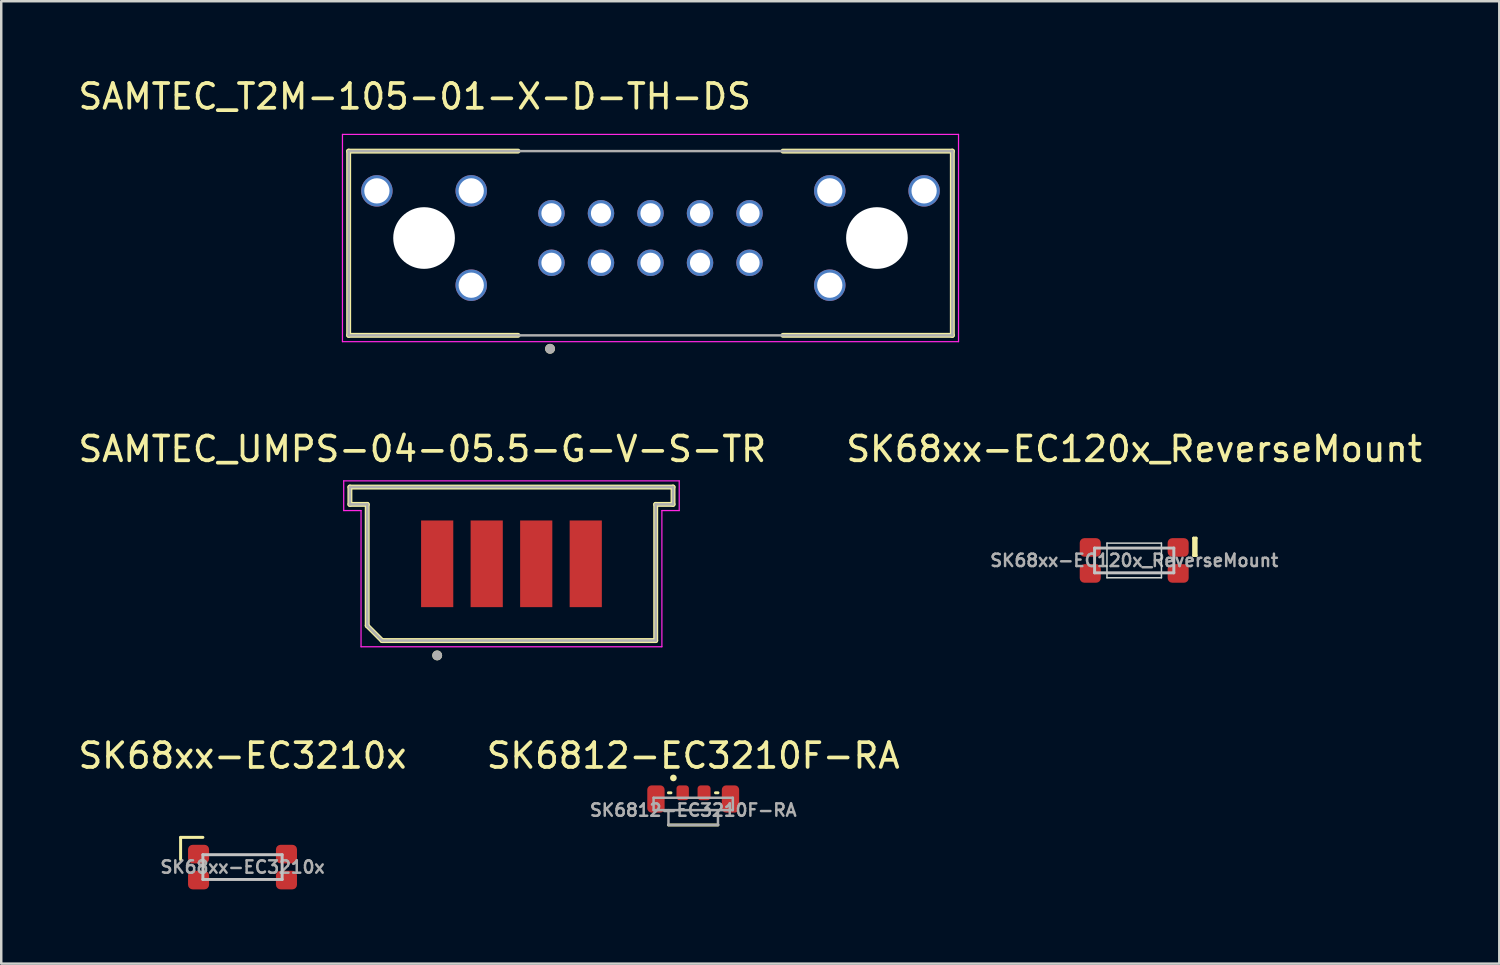
<source format=kicad_pcb>
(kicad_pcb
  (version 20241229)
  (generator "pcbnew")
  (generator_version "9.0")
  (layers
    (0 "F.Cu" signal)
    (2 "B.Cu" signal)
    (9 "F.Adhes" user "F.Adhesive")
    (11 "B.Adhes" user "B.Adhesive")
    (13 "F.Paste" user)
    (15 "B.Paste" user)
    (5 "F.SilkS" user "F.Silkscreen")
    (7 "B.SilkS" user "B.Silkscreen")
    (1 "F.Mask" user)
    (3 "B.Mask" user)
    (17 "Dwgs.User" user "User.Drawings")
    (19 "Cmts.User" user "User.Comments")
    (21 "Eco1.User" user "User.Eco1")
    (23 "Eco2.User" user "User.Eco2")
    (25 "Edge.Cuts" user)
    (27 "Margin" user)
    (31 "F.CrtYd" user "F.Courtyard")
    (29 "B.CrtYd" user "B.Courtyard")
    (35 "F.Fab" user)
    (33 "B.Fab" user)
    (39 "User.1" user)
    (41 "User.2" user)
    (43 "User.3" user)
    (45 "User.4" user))
  (footprint "SK6812-EC3210F-RA"
    (layer "F.Cu")
    (at 24.946 29.768)
    (property "Reference" "SK6812-EC3210F-RA" (at 0 -2.3 0) (unlocked yes) (layer "F.SilkS") (effects (font (size 1 1) (thickness 0.15))))
    (attr smd)
    (fp_line (start -1 -0.8) (end -0.9 -0.8) (stroke (width 0.12) (type default)) (layer "F.SilkS"))
    (fp_line (start -1 0.5) (end 1 0.5) (stroke (width 0.12) (type default)) (layer "F.SilkS"))
    (fp_line (start 0.9 -0.8) (end 1 -0.8) (stroke (width 0.12) (type default)) (layer "F.SilkS"))
    (fp_circle (center -0.8 -1.4) (end -0.725 -1.4) (stroke (width 0.12) (type solid)) (fill yes) (layer "F.SilkS"))
    (fp_line (start -1.6 -0.6) (end -1.6 -0.1) (stroke (width 0.1) (type default)) (layer "F.Fab"))
    (fp_line (start -1 0.5) (end -1 -0.1) (stroke (width 0.1) (type default)) (layer "F.Fab"))
    (fp_line (start 1 0.5) (end -1 0.5) (stroke (width 0.1) (type default)) (layer "F.Fab"))
    (fp_line (start 1 0.5) (end 1 -0.1) (stroke (width 0.1) (type default)) (layer "F.Fab"))
    (fp_line (start 1.6 -0.6) (end -1.6 -0.6) (stroke (width 0.1) (type default)) (layer "F.Fab"))
    (fp_line (start 1.6 -0.6) (end 1.6 -0.1) (stroke (width 0.1) (type default)) (layer "F.Fab"))
    (fp_line (start 1.6 -0.1) (end -1.6 -0.1) (stroke (width 0.1) (type default)) (layer "F.Fab"))
    (fp_text user "${REFERENCE}" (at 0 -0.1 0) (unlocked yes) (layer "F.Fab") (effects (font (size 0.5 0.5) (thickness 0.1) (bold yes))))
    (pad "1" smd roundrect (at -0.425 -0.8) (size 0.5 0.6) (layers "F.Cu" "F.Mask" "F.Paste") (roundrect_rratio 0.25))
    (pad "2" smd roundrect (at -1.505 -0.55) (size 0.7 1.1) (layers "F.Cu" "F.Mask" "F.Paste") (roundrect_rratio 0.25))
    (pad "3" smd roundrect (at 1.505 -0.55) (size 0.7 1.1) (layers "F.Cu" "F.Mask" "F.Paste") (roundrect_rratio 0.25))
    (pad "4" smd roundrect (at 0.438 -0.8) (size 0.525 0.6) (layers "F.Cu" "F.Mask" "F.Paste") (roundrect_rratio 0.25)))
  (footprint "SAMTEC_T2M-105-01-X-D-TH-DS"
    (layer "F.Cu")
    (at 23.221 6.563)
    (property "Reference" "SAMTEC_T2M-105-01-X-D-TH-DS" (at -9.525 -5.715 0) (layer "F.SilkS") (effects (font (size 1 1) (thickness 0.15))))
    (attr through_hole)
    (fp_line (start -12.19 -3.51) (end -5.35 -3.51) (stroke (width 0.2) (type solid)) (layer "F.SilkS"))
    (fp_line (start -12.19 3.93) (end -12.19 -3.51) (stroke (width 0.2) (type solid)) (layer "F.SilkS"))
    (fp_line (start -5.35 3.93) (end -12.19 3.93) (stroke (width 0.2) (type solid)) (layer "F.SilkS"))
    (fp_line (start 5.35 -3.51) (end 12.19 -3.51) (stroke (width 0.2) (type solid)) (layer "F.SilkS"))
    (fp_line (start 12.19 -3.51) (end 12.19 3.93) (stroke (width 0.2) (type solid)) (layer "F.SilkS"))
    (fp_line (start 12.19 3.93) (end 5.35 3.93) (stroke (width 0.2) (type solid)) (layer "F.SilkS"))
    (fp_circle (center -4.057 4.473) (end -3.957 4.473) (stroke (width 0.2) (type solid)) (fill no) (layer "F.SilkS"))
    (fp_line (start -12.44 -4.185) (end 12.44 -4.185) (stroke (width 0.05) (type solid)) (layer "F.CrtYd"))
    (fp_line (start -12.44 4.185) (end -12.44 -4.185) (stroke (width 0.05) (type solid)) (layer "F.CrtYd"))
    (fp_line (start 12.44 -4.185) (end 12.44 4.185) (stroke (width 0.05) (type solid)) (layer "F.CrtYd"))
    (fp_line (start 12.44 4.185) (end -12.44 4.185) (stroke (width 0.05) (type solid)) (layer "F.CrtYd"))
    (fp_line (start -12.19 -3.51) (end 12.19 -3.51) (stroke (width 0.1) (type solid)) (layer "F.Fab"))
    (fp_line (start -12.19 3.93) (end -12.19 -3.51) (stroke (width 0.1) (type solid)) (layer "F.Fab"))
    (fp_line (start 12.19 -3.51) (end 12.19 3.93) (stroke (width 0.1) (type solid)) (layer "F.Fab"))
    (fp_line (start 12.19 3.93) (end -12.19 3.93) (stroke (width 0.1) (type solid)) (layer "F.Fab"))
    (fp_circle (center -4.057 4.473) (end -3.957 4.473) (stroke (width 0.2) (type solid)) (fill no) (layer "F.Fab"))
    (pad "" np_thru_hole circle (at -9.145 0) (size 2.49 2.49) (drill 2.49) (layers "*.Cu" "*.Mask"))
    (pad "" np_thru_hole circle (at 9.145 0) (size 2.49 2.49) (drill 2.49) (layers "*.Cu" "*.Mask"))
    (pad "1" thru_hole circle (at -4 1) (size 1.07 1.07) (drill 0.813) (layers "*.Cu" "*.Mask"))
    (pad "2" thru_hole circle (at -4 -1) (size 1.07 1.07) (drill 0.813) (layers "*.Cu" "*.Mask"))
    (pad "3" thru_hole circle (at -2 1) (size 1.07 1.07) (drill 0.813) (layers "*.Cu" "*.Mask"))
    (pad "4" thru_hole circle (at -2 -1) (size 1.07 1.07) (drill 0.813) (layers "*.Cu" "*.Mask"))
    (pad "5" thru_hole circle (at 0 1) (size 1.07 1.07) (drill 0.813) (layers "*.Cu" "*.Mask"))
    (pad "6" thru_hole circle (at 0 -1) (size 1.07 1.07) (drill 0.813) (layers "*.Cu" "*.Mask"))
    (pad "7" thru_hole circle (at 2 1) (size 1.07 1.07) (drill 0.813) (layers "*.Cu" "*.Mask"))
    (pad "8" thru_hole circle (at 2 -1) (size 1.07 1.07) (drill 0.813) (layers "*.Cu" "*.Mask"))
    (pad "9" thru_hole circle (at 4 1) (size 1.07 1.07) (drill 0.813) (layers "*.Cu" "*.Mask"))
    (pad "10" thru_hole circle (at 4 -1) (size 1.07 1.07) (drill 0.813) (layers "*.Cu" "*.Mask"))
    (pad "B" thru_hole circle (at -11.05 -1.905) (size 1.27 1.27) (drill 1.02) (layers "*.Cu" "*.Mask"))
    (pad "B" thru_hole circle (at -7.24 -1.905) (size 1.27 1.27) (drill 1.02) (layers "*.Cu" "*.Mask"))
    (pad "B" thru_hole circle (at -7.24 1.905) (size 1.27 1.27) (drill 1.02) (layers "*.Cu" "*.Mask"))
    (pad "B" thru_hole circle (at 7.24 -1.905) (size 1.27 1.27) (drill 1.02) (layers "*.Cu" "*.Mask"))
    (pad "B" thru_hole circle (at 7.24 1.905) (size 1.27 1.27) (drill 1.02) (layers "*.Cu" "*.Mask"))
    (pad "B" thru_hole circle (at 11.05 -1.905) (size 1.27 1.27) (drill 1.02) (layers "*.Cu" "*.Mask"))
    (zone (net_name "") (layers "F.Cu" "B.Cu") (hatch edge 0.508) (connect_pads) (min_thickness 0.254) (filled_areas_thickness no) (keepout (tracks not_allowed) (vias not_allowed) (pads not_allowed) (copperpour not_allowed) (footprints allowed)) (placement (enabled no)) (fill) (polygon (pts (xy 17.871 10.493) (xy 11.031 10.493) (xy 11.031 3.053) (xy 17.871 3.053))))
    (zone (net_name "") (layers "F.Cu" "B.Cu") (hatch edge 0.508) (connect_pads) (min_thickness 0.254) (filled_areas_thickness no) (keepout (tracks not_allowed) (vias not_allowed) (pads not_allowed) (copperpour not_allowed) (footprints allowed)) (placement (enabled no)) (fill) (polygon (pts (xy 35.411 10.493) (xy 28.571 10.493) (xy 28.571 3.053) (xy 35.411 3.053)))))
  (footprint "SK68xx-EC120x_ReverseMount"
    (layer "F.Cu")
    (at 42.756 19.584)
    (property "Reference" "SK68xx-EC120x_ReverseMount" (at 0 -4.5 0) (unlocked yes) (layer "F.SilkS") (effects (font (size 1 1) (thickness 0.15))))
    (attr smd)
    (fp_line (start 2.4 -0.9) (end 2.5 -0.9) (stroke (width 0.12) (type solid)) (layer "F.SilkS"))
    (fp_line (start 2.4 -0.2) (end 2.4 -0.9) (stroke (width 0.12) (type solid)) (layer "F.SilkS"))
    (fp_line (start 2.5 -0.9) (end 2.5 -0.2) (stroke (width 0.12) (type solid)) (layer "F.SilkS"))
    (fp_line (start 2.5 -0.2) (end 2.4 -0.2) (stroke (width 0.12) (type solid)) (layer "F.SilkS"))
    (fp_line (start -1.6 -0.5) (end 1.6 -0.5) (stroke (width 0.12) (type solid)) (layer "Dwgs.User"))
    (fp_line (start -1.6 0.5) (end -1.6 -0.5) (stroke (width 0.12) (type solid)) (layer "Dwgs.User"))
    (fp_line (start -1.6 0.5) (end 1.6 0.5) (stroke (width 0.12) (type solid)) (layer "Dwgs.User"))
    (fp_line (start 1.6 0.5) (end 1.6 -0.5) (stroke (width 0.12) (type solid)) (layer "Dwgs.User"))
    (fp_line (start -1.1 -0.7) (end 1.1 -0.7) (stroke (width 0.06) (type solid)) (layer "Edge.Cuts"))
    (fp_line (start -1.1 0.7) (end -1.1 -0.7) (stroke (width 0.06) (type solid)) (layer "Edge.Cuts"))
    (fp_line (start -1.1 0.7) (end 1.1 0.7) (stroke (width 0.06) (type solid)) (layer "Edge.Cuts"))
    (fp_line (start 1.1 0.7) (end 1.1 -0.7) (stroke (width 0.06) (type solid)) (layer "Edge.Cuts"))
    (fp_line (start -1 -0.5) (end 1 -0.5) (stroke (width 0.12) (type solid)) (layer "User.2"))
    (fp_line (start -1 0.5) (end 1 0.5) (stroke (width 0.12) (type solid)) (layer "User.2"))
    (fp_text user "${REFERENCE}" (at 0 0 0) (unlocked yes) (layer "F.Fab") (effects (font (size 0.5 0.5) (thickness 0.1) (bold yes))))
    (pad "1" smd roundrect (at 1.775 -0.525) (size 0.85 0.75) (layers "F.Cu" "F.Mask" "F.Paste") (roundrect_rratio 0.25))
    (pad "2" smd roundrect (at 1.775 0.525) (size 0.85 0.75) (layers "F.Cu" "F.Mask" "F.Paste") (roundrect_rratio 0.25))
    (pad "3" smd roundrect (at -1.775 0.525) (size 0.85 0.75) (layers "F.Cu" "F.Mask" "F.Paste") (roundrect_rratio 0.25))
    (pad "4" smd roundrect (at -1.775 -0.525) (size 0.85 0.75) (layers "F.Cu" "F.Mask" "F.Paste") (roundrect_rratio 0.25)))
  (footprint "SAMTEC_UMPS-04-05.5-G-V-S-TR"
    (layer "F.Cu")
    (at 17.606 19.72)
    (property "Reference" "SAMTEC_UMPS-04-05.5-G-V-S-TR" (at -3.6 -4.635 0) (layer "F.SilkS") (effects (font (size 1 1) (thickness 0.15))))
    (attr smd)
    (fp_line (start -6.525 -3.1) (end -6.525 -2.4) (stroke (width 0.2) (type solid)) (layer "F.SilkS"))
    (fp_line (start -6.525 -2.4) (end -5.825 -2.4) (stroke (width 0.2) (type solid)) (layer "F.SilkS"))
    (fp_line (start -5.825 -2.4) (end -5.825 2.5) (stroke (width 0.2) (type solid)) (layer "F.SilkS"))
    (fp_line (start -5.825 2.5) (end -5.225 3.1) (stroke (width 0.2) (type solid)) (layer "F.SilkS"))
    (fp_line (start -5.225 3.1) (end 5.825 3.1) (stroke (width 0.2) (type solid)) (layer "F.SilkS"))
    (fp_line (start 5.825 -2.4) (end 6.525 -2.4) (stroke (width 0.2) (type solid)) (layer "F.SilkS"))
    (fp_line (start 5.825 3.1) (end 5.825 -2.4) (stroke (width 0.2) (type solid)) (layer "F.SilkS"))
    (fp_line (start 6.525 -3.1) (end -6.525 -3.1) (stroke (width 0.2) (type solid)) (layer "F.SilkS"))
    (fp_line (start 6.525 -2.4) (end 6.525 -3.1) (stroke (width 0.2) (type solid)) (layer "F.SilkS"))
    (fp_circle (center -3 3.7) (end -2.9 3.7) (stroke (width 0.2) (type solid)) (fill no) (layer "F.SilkS"))
    (fp_line (start -6.775 -2.15) (end -6.775 -3.35) (stroke (width 0.05) (type solid)) (layer "F.CrtYd"))
    (fp_line (start -6.075 -2.15) (end -6.775 -2.15) (stroke (width 0.05) (type solid)) (layer "F.CrtYd"))
    (fp_line (start -6.075 3.35) (end -6.075 -2.15) (stroke (width 0.05) (type solid)) (layer "F.CrtYd"))
    (fp_line (start 6.075 -2.15) (end 6.775 -2.15) (stroke (width 0.05) (type solid)) (layer "F.CrtYd"))
    (fp_line (start 6.075 3.35) (end -6.075 3.35) (stroke (width 0.05) (type solid)) (layer "F.CrtYd"))
    (fp_line (start 6.075 3.35) (end 6.075 -2.15) (stroke (width 0.05) (type solid)) (layer "F.CrtYd"))
    (fp_line (start 6.775 -3.35) (end -6.775 -3.35) (stroke (width 0.05) (type solid)) (layer "F.CrtYd"))
    (fp_line (start 6.775 -2.15) (end 6.775 -3.35) (stroke (width 0.05) (type solid)) (layer "F.CrtYd"))
    (fp_line (start -6.525 -3.1) (end -6.525 -2.4) (stroke (width 0.1) (type solid)) (layer "F.Fab"))
    (fp_line (start -6.525 -2.4) (end -5.825 -2.4) (stroke (width 0.1) (type solid)) (layer "F.Fab"))
    (fp_line (start -5.825 -2.4) (end -5.825 2.5) (stroke (width 0.1) (type solid)) (layer "F.Fab"))
    (fp_line (start -5.825 2.5) (end -5.225 3.1) (stroke (width 0.1) (type solid)) (layer "F.Fab"))
    (fp_line (start -5.225 3.1) (end 5.825 3.1) (stroke (width 0.1) (type solid)) (layer "F.Fab"))
    (fp_line (start 5.825 -2.4) (end 6.525 -2.4) (stroke (width 0.1) (type solid)) (layer "F.Fab"))
    (fp_line (start 5.825 3.1) (end 5.825 -2.4) (stroke (width 0.1) (type solid)) (layer "F.Fab"))
    (fp_line (start 6.525 -3.1) (end -6.525 -3.1) (stroke (width 0.1) (type solid)) (layer "F.Fab"))
    (fp_line (start 6.525 -2.4) (end 6.525 -3.1) (stroke (width 0.1) (type solid)) (layer "F.Fab"))
    (fp_circle (center -3 3.7) (end -2.9 3.7) (stroke (width 0.2) (type solid)) (fill no) (layer "F.Fab"))
    (pad "01" smd rect (at -3 0) (size 1.3 3.5) (layers "F.Cu" "F.Mask" "F.Paste"))
    (pad "02" smd rect (at -1 0) (size 1.3 3.5) (layers "F.Cu" "F.Mask" "F.Paste"))
    (pad "03" smd rect (at 1 0) (size 1.3 3.5) (layers "F.Cu" "F.Mask" "F.Paste"))
    (pad "04" smd rect (at 3 0) (size 1.3 3.5) (layers "F.Cu" "F.Mask" "F.Paste")))
  (footprint "SK68xx-EC3210x"
    (layer "F.Cu")
    (at 6.744 31.968)
    (property "Reference" "SK68xx-EC3210x" (at 0 -4.5 0) (unlocked yes) (layer "F.SilkS") (effects (font (size 1 1) (thickness 0.15))))
    (attr smd)
    (fp_line (start -2.5 -1.2) (end -1.6 -1.2) (stroke (width 0.12) (type default)) (layer "F.SilkS"))
    (fp_line (start -2.5 -0.3) (end -2.5 -1.2) (stroke (width 0.12) (type default)) (layer "F.SilkS"))
    (fp_line (start -1.6 -0.5) (end 1.6 -0.5) (stroke (width 0.12) (type solid)) (layer "Dwgs.User"))
    (fp_line (start -1.6 0.5) (end -1.6 -0.5) (stroke (width 0.12) (type solid)) (layer "Dwgs.User"))
    (fp_line (start -1.6 0.5) (end 1.6 0.5) (stroke (width 0.12) (type solid)) (layer "Dwgs.User"))
    (fp_line (start 1.6 0.5) (end 1.6 -0.5) (stroke (width 0.12) (type solid)) (layer "Dwgs.User"))
    (fp_line (start -1 -0.5) (end 1 -0.5) (stroke (width 0.12) (type solid)) (layer "User.2"))
    (fp_line (start -1 0.5) (end 1 0.5) (stroke (width 0.12) (type solid)) (layer "User.2"))
    (fp_text user "${REFERENCE}" (at 0 0 0) (unlocked yes) (layer "F.Fab") (effects (font (size 0.5 0.5) (thickness 0.1) (bold yes))))
    (pad "1" smd roundrect (at -1.775 -0.525) (size 0.85 0.75) (layers "F.Cu" "F.Mask" "F.Paste") (roundrect_rratio 0.25))
    (pad "2" smd roundrect (at -1.775 0.525) (size 0.85 0.75) (layers "F.Cu" "F.Mask" "F.Paste") (roundrect_rratio 0.25))
    (pad "3" smd roundrect (at 1.775 0.525) (size 0.85 0.75) (layers "F.Cu" "F.Mask" "F.Paste") (roundrect_rratio 0.25))
    (pad "4" smd roundrect (at 1.775 -0.525) (size 0.85 0.75) (layers "F.Cu" "F.Mask" "F.Paste") (roundrect_rratio 0.25)))
  (gr_rect
    (start -3 -3)
    (end 57.5 35.868)
    (stroke (width 0.1) (type default))
    (fill no)
    (layer "Edge.Cuts")))
</source>
